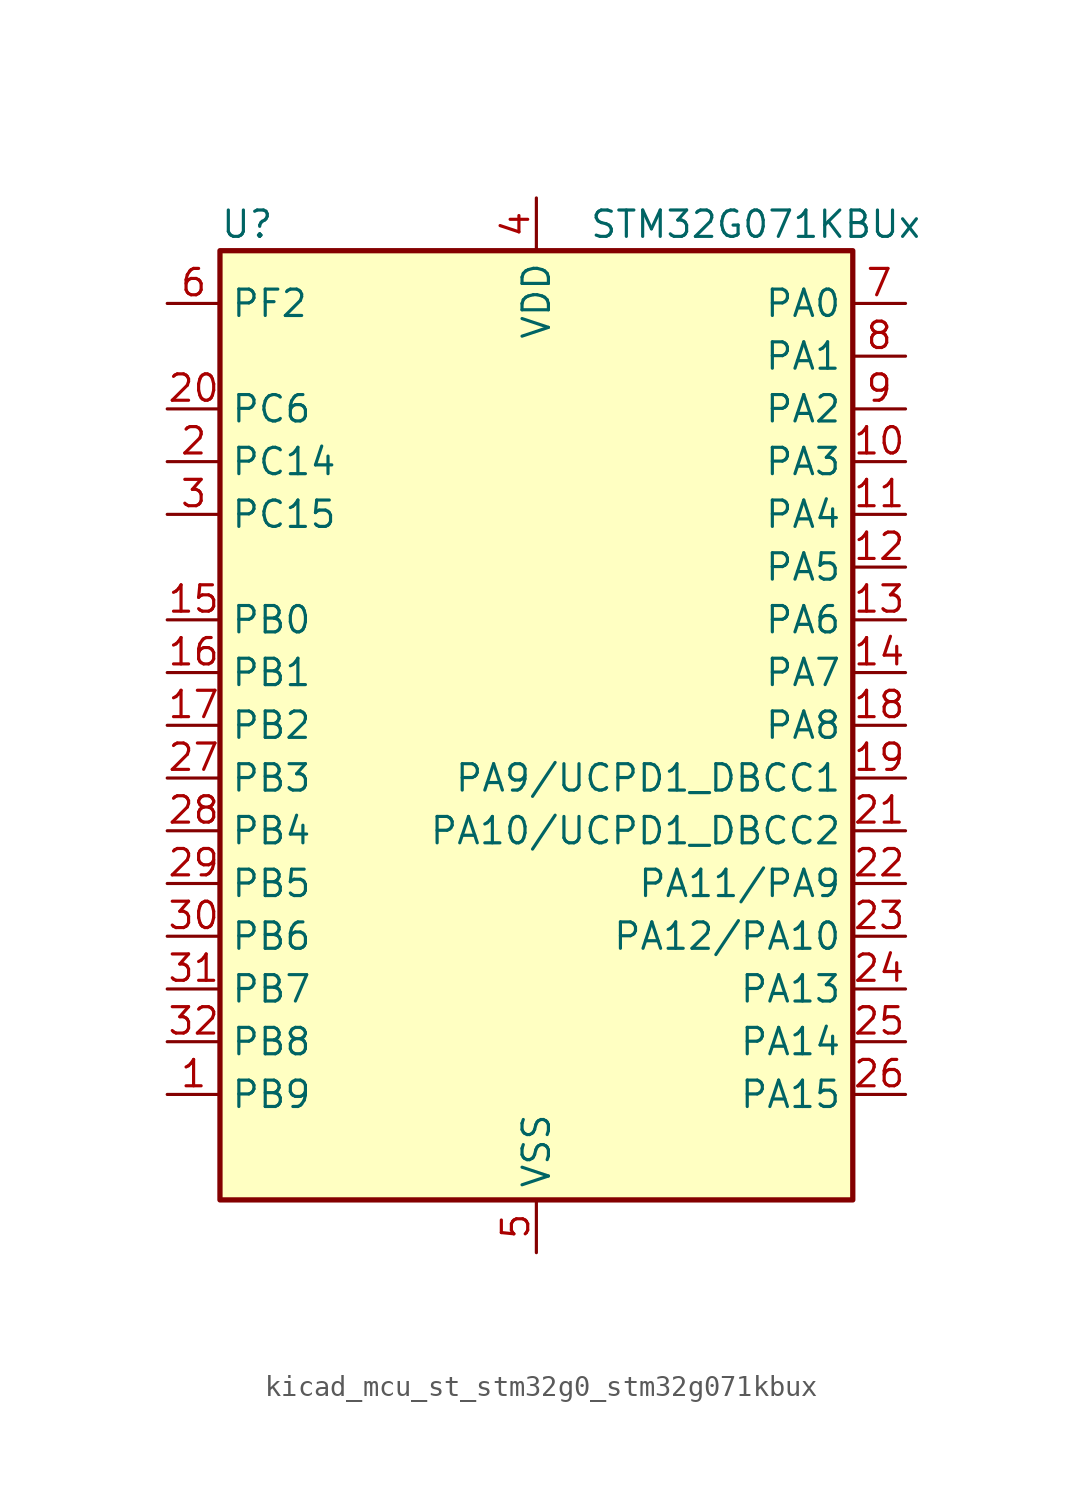
<source format=kicad_sym>
(kicad_symbol_lib
  (version 20220914)
  (generator kicad_symbol_editor)
  (symbol "kicad_mcu_st_stm32g0_stm32g071kbux"
    (property "Reference" "U"
      (at -15.24 24.13 0)
      (effects (font (size 1.27 1.27)) (justify left)))
    (property "Value" "STM32G071KBUx"
      (at 2.54 24.13 0)
      (effects (font (size 1.27 1.27)) (justify left)))
    (property "ki_locked" ""
      (at 0 0 0)
      (effects (font (size 1.27 1.27))))
    (symbol "kicad_mcu_st_stm32g0_stm32g071kbux_0_1"
      (rectangle (start -15.24 -22.86) (end 15.24 22.86) (stroke (width 0.254) (type default)) (fill (type background))))
    (symbol "kicad_mcu_st_stm32g0_stm32g071kbux_1_1"
      (pin bidirectional line (at -17.78 -17.78 0) (length 2.54) (name "PB9" (effects (font (size 1.27 1.27)))) (number "1" (effects (font (size 1.27 1.27)))) (alternate "DAC1_EXTI9" bidirectional line) (alternate "I2C1_SDA" bidirectional line) (alternate "IR_OUT" bidirectional line) (alternate "SPI2_NSS" bidirectional line) (alternate "TIM17_CH1" bidirectional line) (alternate "USART3_RX" bidirectional line))
      (pin bidirectional line (at 17.78 12.7 180) (length 2.54) (name "PA3" (effects (font (size 1.27 1.27)))) (number "10" (effects (font (size 1.27 1.27)))) (alternate "ADC1_IN3" bidirectional line) (alternate "COMP2_INP" bidirectional line) (alternate "LPUART1_RX" bidirectional line) (alternate "SPI2_MISO" bidirectional line) (alternate "TIM15_CH2" bidirectional line) (alternate "TIM2_CH4" bidirectional line) (alternate "USART2_RX" bidirectional line))
      (pin bidirectional line (at 17.78 10.16 180) (length 2.54) (name "PA4" (effects (font (size 1.27 1.27)))) (number "11" (effects (font (size 1.27 1.27)))) (alternate "ADC1_IN4" bidirectional line) (alternate "DAC1_OUT1" bidirectional line) (alternate "I2S1_WS" bidirectional line) (alternate "LPTIM2_OUT" bidirectional line) (alternate "RTC_OUT_ALARM" bidirectional line) (alternate "RTC_OUT_CALIB" bidirectional line) (alternate "RTC_TAMP_IN1" bidirectional line) (alternate "RTC_TS" bidirectional line) (alternate "SPI1_NSS" bidirectional line) (alternate "SPI2_MOSI" bidirectional line) (alternate "SYS_WKUP2" bidirectional line) (alternate "TIM14_CH1" bidirectional line))
      (pin bidirectional line (at 17.78 7.62 180) (length 2.54) (name "PA5" (effects (font (size 1.27 1.27)))) (number "12" (effects (font (size 1.27 1.27)))) (alternate "ADC1_IN5" bidirectional line) (alternate "CEC" bidirectional line) (alternate "DAC1_OUT2" bidirectional line) (alternate "I2S1_CK" bidirectional line) (alternate "LPTIM2_ETR" bidirectional line) (alternate "SPI1_SCK" bidirectional line) (alternate "TIM2_CH1" bidirectional line) (alternate "TIM2_ETR" bidirectional line) (alternate "UCPD1_FRSTX1" bidirectional line) (alternate "UCPD1_FRSTX2" bidirectional line) (alternate "USART3_TX" bidirectional line))
      (pin bidirectional line (at 17.78 5.08 180) (length 2.54) (name "PA6" (effects (font (size 1.27 1.27)))) (number "13" (effects (font (size 1.27 1.27)))) (alternate "ADC1_IN6" bidirectional line) (alternate "COMP1_OUT" bidirectional line) (alternate "I2S1_MCK" bidirectional line) (alternate "LPUART1_CTS" bidirectional line) (alternate "SPI1_MISO" bidirectional line) (alternate "TIM16_CH1" bidirectional line) (alternate "TIM1_BK" bidirectional line) (alternate "TIM3_CH1" bidirectional line) (alternate "USART3_CTS" bidirectional line) (alternate "USART3_NSS" bidirectional line))
      (pin bidirectional line (at 17.78 2.54 180) (length 2.54) (name "PA7" (effects (font (size 1.27 1.27)))) (number "14" (effects (font (size 1.27 1.27)))) (alternate "ADC1_IN7" bidirectional line) (alternate "COMP2_OUT" bidirectional line) (alternate "I2S1_SD" bidirectional line) (alternate "SPI1_MOSI" bidirectional line) (alternate "TIM14_CH1" bidirectional line) (alternate "TIM17_CH1" bidirectional line) (alternate "TIM1_CH1N" bidirectional line) (alternate "TIM3_CH2" bidirectional line) (alternate "UCPD1_FRSTX1" bidirectional line) (alternate "UCPD1_FRSTX2" bidirectional line))
      (pin bidirectional line (at -17.78 5.08 0) (length 2.54) (name "PB0" (effects (font (size 1.27 1.27)))) (number "15" (effects (font (size 1.27 1.27)))) (alternate "ADC1_IN8" bidirectional line) (alternate "COMP1_OUT" bidirectional line) (alternate "I2S1_WS" bidirectional line) (alternate "LPTIM1_OUT" bidirectional line) (alternate "SPI1_NSS" bidirectional line) (alternate "TIM1_CH2N" bidirectional line) (alternate "TIM3_CH3" bidirectional line) (alternate "UCPD1_FRSTX1" bidirectional line) (alternate "UCPD1_FRSTX2" bidirectional line) (alternate "USART3_RX" bidirectional line))
      (pin bidirectional line (at -17.78 2.54 0) (length 2.54) (name "PB1" (effects (font (size 1.27 1.27)))) (number "16" (effects (font (size 1.27 1.27)))) (alternate "ADC1_IN9" bidirectional line) (alternate "COMP1_INM" bidirectional line) (alternate "LPTIM2_IN1" bidirectional line) (alternate "LPUART1_DE" bidirectional line) (alternate "LPUART1_RTS" bidirectional line) (alternate "TIM14_CH1" bidirectional line) (alternate "TIM1_CH3N" bidirectional line) (alternate "TIM3_CH4" bidirectional line) (alternate "USART3_CK" bidirectional line) (alternate "USART3_DE" bidirectional line) (alternate "USART3_RTS" bidirectional line))
      (pin bidirectional line (at -17.78 0 0) (length 2.54) (name "PB2" (effects (font (size 1.27 1.27)))) (number "17" (effects (font (size 1.27 1.27)))) (alternate "ADC1_IN10" bidirectional line) (alternate "COMP1_INP" bidirectional line) (alternate "LPTIM1_OUT" bidirectional line) (alternate "SPI2_MISO" bidirectional line) (alternate "USART3_TX" bidirectional line))
      (pin bidirectional line (at 17.78 0 180) (length 2.54) (name "PA8" (effects (font (size 1.27 1.27)))) (number "18" (effects (font (size 1.27 1.27)))) (alternate "LPTIM2_OUT" bidirectional line) (alternate "RCC_MCO" bidirectional line) (alternate "SPI2_NSS" bidirectional line) (alternate "TIM1_CH1" bidirectional line) (alternate "UCPD1_CC1" bidirectional line))
      (pin bidirectional line (at 17.78 -2.54 180) (length 2.54) (name "PA9/UCPD1_DBCC1" (effects (font (size 1.27 1.27)))) (number "19" (effects (font (size 1.27 1.27)))) (alternate "DAC1_EXTI9" bidirectional line) (alternate "I2C1_SCL" bidirectional line) (alternate "RCC_MCO" bidirectional line) (alternate "SPI2_MISO" bidirectional line) (alternate "TIM15_BK" bidirectional line) (alternate "TIM1_CH2" bidirectional line) (alternate "UCPD1_DBCC1" bidirectional line) (alternate "USART1_TX" bidirectional line))
      (pin bidirectional line (at -17.78 12.7 0) (length 2.54) (name "PC14" (effects (font (size 1.27 1.27)))) (number "2" (effects (font (size 1.27 1.27)))) (alternate "RCC_OSC32_IN" bidirectional line) (alternate "RCC_OSC_IN" bidirectional line) (alternate "TIM1_BK2" bidirectional line))
      (pin bidirectional line (at -17.78 15.24 0) (length 2.54) (name "PC6" (effects (font (size 1.27 1.27)))) (number "20" (effects (font (size 1.27 1.27)))) (alternate "TIM2_CH3" bidirectional line) (alternate "TIM3_CH1" bidirectional line) (alternate "UCPD1_FRSTX1" bidirectional line) (alternate "UCPD1_FRSTX2" bidirectional line))
      (pin bidirectional line (at 17.78 -5.08 180) (length 2.54) (name "PA10/UCPD1_DBCC2" (effects (font (size 1.27 1.27)))) (number "21" (effects (font (size 1.27 1.27)))) (alternate "I2C1_SDA" bidirectional line) (alternate "SPI2_MOSI" bidirectional line) (alternate "TIM17_BK" bidirectional line) (alternate "TIM1_CH3" bidirectional line) (alternate "UCPD1_DBCC2" bidirectional line) (alternate "USART1_RX" bidirectional line))
      (pin bidirectional line (at 17.78 -7.62 180) (length 2.54) (name "PA11/PA9" (effects (font (size 1.27 1.27)))) (number "22" (effects (font (size 1.27 1.27)))) (alternate "ADC1_EXTI11" bidirectional line) (alternate "COMP1_OUT" bidirectional line) (alternate "I2C2_SCL" bidirectional line) (alternate "I2S1_MCK" bidirectional line) (alternate "SPI1_MISO" bidirectional line) (alternate "TIM1_BK2" bidirectional line) (alternate "TIM1_CH4" bidirectional line) (alternate "USART1_CTS" bidirectional line) (alternate "USART1_NSS" bidirectional line))
      (pin bidirectional line (at 17.78 -10.16 180) (length 2.54) (name "PA12/PA10" (effects (font (size 1.27 1.27)))) (number "23" (effects (font (size 1.27 1.27)))) (alternate "COMP2_OUT" bidirectional line) (alternate "I2C2_SDA" bidirectional line) (alternate "I2S1_SD" bidirectional line) (alternate "I2S_CKIN" bidirectional line) (alternate "SPI1_MOSI" bidirectional line) (alternate "TIM1_ETR" bidirectional line) (alternate "USART1_CK" bidirectional line) (alternate "USART1_DE" bidirectional line) (alternate "USART1_RTS" bidirectional line))
      (pin bidirectional line (at 17.78 -12.7 180) (length 2.54) (name "PA13" (effects (font (size 1.27 1.27)))) (number "24" (effects (font (size 1.27 1.27)))) (alternate "IR_OUT" bidirectional line) (alternate "SYS_SWDIO" bidirectional line))
      (pin bidirectional line (at 17.78 -15.24 180) (length 2.54) (name "PA14" (effects (font (size 1.27 1.27)))) (number "25" (effects (font (size 1.27 1.27)))) (alternate "SYS_SWCLK" bidirectional line) (alternate "USART2_TX" bidirectional line))
      (pin bidirectional line (at 17.78 -17.78 180) (length 2.54) (name "PA15" (effects (font (size 1.27 1.27)))) (number "26" (effects (font (size 1.27 1.27)))) (alternate "I2S1_WS" bidirectional line) (alternate "SPI1_NSS" bidirectional line) (alternate "TIM2_CH1" bidirectional line) (alternate "TIM2_ETR" bidirectional line) (alternate "USART2_RX" bidirectional line) (alternate "USART3_CK" bidirectional line) (alternate "USART3_DE" bidirectional line) (alternate "USART3_RTS" bidirectional line) (alternate "USART4_CK" bidirectional line) (alternate "USART4_DE" bidirectional line) (alternate "USART4_RTS" bidirectional line))
      (pin bidirectional line (at -17.78 -2.54 0) (length 2.54) (name "PB3" (effects (font (size 1.27 1.27)))) (number "27" (effects (font (size 1.27 1.27)))) (alternate "COMP2_INM" bidirectional line) (alternate "I2S1_CK" bidirectional line) (alternate "SPI1_SCK" bidirectional line) (alternate "TIM1_CH2" bidirectional line) (alternate "TIM2_CH2" bidirectional line) (alternate "USART1_CK" bidirectional line) (alternate "USART1_DE" bidirectional line) (alternate "USART1_RTS" bidirectional line))
      (pin bidirectional line (at -17.78 -5.08 0) (length 2.54) (name "PB4" (effects (font (size 1.27 1.27)))) (number "28" (effects (font (size 1.27 1.27)))) (alternate "COMP2_INP" bidirectional line) (alternate "I2S1_MCK" bidirectional line) (alternate "SPI1_MISO" bidirectional line) (alternate "TIM17_BK" bidirectional line) (alternate "TIM3_CH1" bidirectional line) (alternate "USART1_CTS" bidirectional line) (alternate "USART1_NSS" bidirectional line))
      (pin bidirectional line (at -17.78 -7.62 0) (length 2.54) (name "PB5" (effects (font (size 1.27 1.27)))) (number "29" (effects (font (size 1.27 1.27)))) (alternate "COMP2_OUT" bidirectional line) (alternate "I2C1_SMBA" bidirectional line) (alternate "I2S1_SD" bidirectional line) (alternate "LPTIM1_IN1" bidirectional line) (alternate "SPI1_MOSI" bidirectional line) (alternate "SYS_WKUP6" bidirectional line) (alternate "TIM16_BK" bidirectional line) (alternate "TIM3_CH2" bidirectional line))
      (pin bidirectional line (at -17.78 10.16 0) (length 2.54) (name "PC15" (effects (font (size 1.27 1.27)))) (number "3" (effects (font (size 1.27 1.27)))) (alternate "RCC_OSC32_EN" bidirectional line) (alternate "RCC_OSC32_OUT" bidirectional line) (alternate "RCC_OSC_EN" bidirectional line) (alternate "TIM15_BK" bidirectional line))
      (pin bidirectional line (at -17.78 -10.16 0) (length 2.54) (name "PB6" (effects (font (size 1.27 1.27)))) (number "30" (effects (font (size 1.27 1.27)))) (alternate "COMP2_INP" bidirectional line) (alternate "I2C1_SCL" bidirectional line) (alternate "LPTIM1_ETR" bidirectional line) (alternate "SPI2_MISO" bidirectional line) (alternate "TIM16_CH1N" bidirectional line) (alternate "TIM1_CH3" bidirectional line) (alternate "USART1_TX" bidirectional line))
      (pin bidirectional line (at -17.78 -12.7 0) (length 2.54) (name "PB7" (effects (font (size 1.27 1.27)))) (number "31" (effects (font (size 1.27 1.27)))) (alternate "COMP2_INM" bidirectional line) (alternate "I2C1_SDA" bidirectional line) (alternate "LPTIM1_IN2" bidirectional line) (alternate "SPI2_MOSI" bidirectional line) (alternate "SYS_PVD_IN" bidirectional line) (alternate "TIM17_CH1N" bidirectional line) (alternate "USART1_RX" bidirectional line) (alternate "USART4_CTS" bidirectional line) (alternate "USART4_NSS" bidirectional line))
      (pin bidirectional line (at -17.78 -15.24 0) (length 2.54) (name "PB8" (effects (font (size 1.27 1.27)))) (number "32" (effects (font (size 1.27 1.27)))) (alternate "CEC" bidirectional line) (alternate "I2C1_SCL" bidirectional line) (alternate "SPI2_SCK" bidirectional line) (alternate "TIM15_BK" bidirectional line) (alternate "TIM16_CH1" bidirectional line) (alternate "USART3_TX" bidirectional line))
      (pin passive line (at 0 -25.4 90) (length 2.54) hide (name "VSS" (effects (font (size 1.27 1.27)))) (number "33" (effects (font (size 1.27 1.27)))))
      (pin power_in line (at 0 25.4 270) (length 2.54) (name "VDD" (effects (font (size 1.27 1.27)))) (number "4" (effects (font (size 1.27 1.27)))))
      (pin power_in line (at 0 -25.4 90) (length 2.54) (name "VSS" (effects (font (size 1.27 1.27)))) (number "5" (effects (font (size 1.27 1.27)))))
      (pin bidirectional line (at -17.78 20.32 0) (length 2.54) (name "PF2" (effects (font (size 1.27 1.27)))) (number "6" (effects (font (size 1.27 1.27)))) (alternate "RCC_MCO" bidirectional line))
      (pin bidirectional line (at 17.78 20.32 180) (length 2.54) (name "PA0" (effects (font (size 1.27 1.27)))) (number "7" (effects (font (size 1.27 1.27)))) (alternate "ADC1_IN0" bidirectional line) (alternate "COMP1_INM" bidirectional line) (alternate "COMP1_OUT" bidirectional line) (alternate "LPTIM1_OUT" bidirectional line) (alternate "RTC_TAMP_IN2" bidirectional line) (alternate "SPI2_SCK" bidirectional line) (alternate "SYS_WKUP1" bidirectional line) (alternate "TIM2_CH1" bidirectional line) (alternate "TIM2_ETR" bidirectional line) (alternate "USART2_CTS" bidirectional line) (alternate "USART2_NSS" bidirectional line) (alternate "USART4_TX" bidirectional line))
      (pin bidirectional line (at 17.78 17.78 180) (length 2.54) (name "PA1" (effects (font (size 1.27 1.27)))) (number "8" (effects (font (size 1.27 1.27)))) (alternate "ADC1_IN1" bidirectional line) (alternate "COMP1_INP" bidirectional line) (alternate "I2C1_SMBA" bidirectional line) (alternate "I2S1_CK" bidirectional line) (alternate "SPI1_SCK" bidirectional line) (alternate "TIM15_CH1N" bidirectional line) (alternate "TIM2_CH2" bidirectional line) (alternate "USART2_CK" bidirectional line) (alternate "USART2_DE" bidirectional line) (alternate "USART2_RTS" bidirectional line) (alternate "USART4_RX" bidirectional line))
      (pin bidirectional line (at 17.78 15.24 180) (length 2.54) (name "PA2" (effects (font (size 1.27 1.27)))) (number "9" (effects (font (size 1.27 1.27)))) (alternate "ADC1_IN2" bidirectional line) (alternate "COMP2_INM" bidirectional line) (alternate "COMP2_OUT" bidirectional line) (alternate "I2S1_SD" bidirectional line) (alternate "LPUART1_TX" bidirectional line) (alternate "RCC_LSCO" bidirectional line) (alternate "SPI1_MOSI" bidirectional line) (alternate "SYS_WKUP4" bidirectional line) (alternate "TIM15_CH1" bidirectional line) (alternate "TIM2_CH3" bidirectional line) (alternate "UCPD1_FRSTX1" bidirectional line) (alternate "UCPD1_FRSTX2" bidirectional line) (alternate "USART2_TX" bidirectional line)))))
</source>
